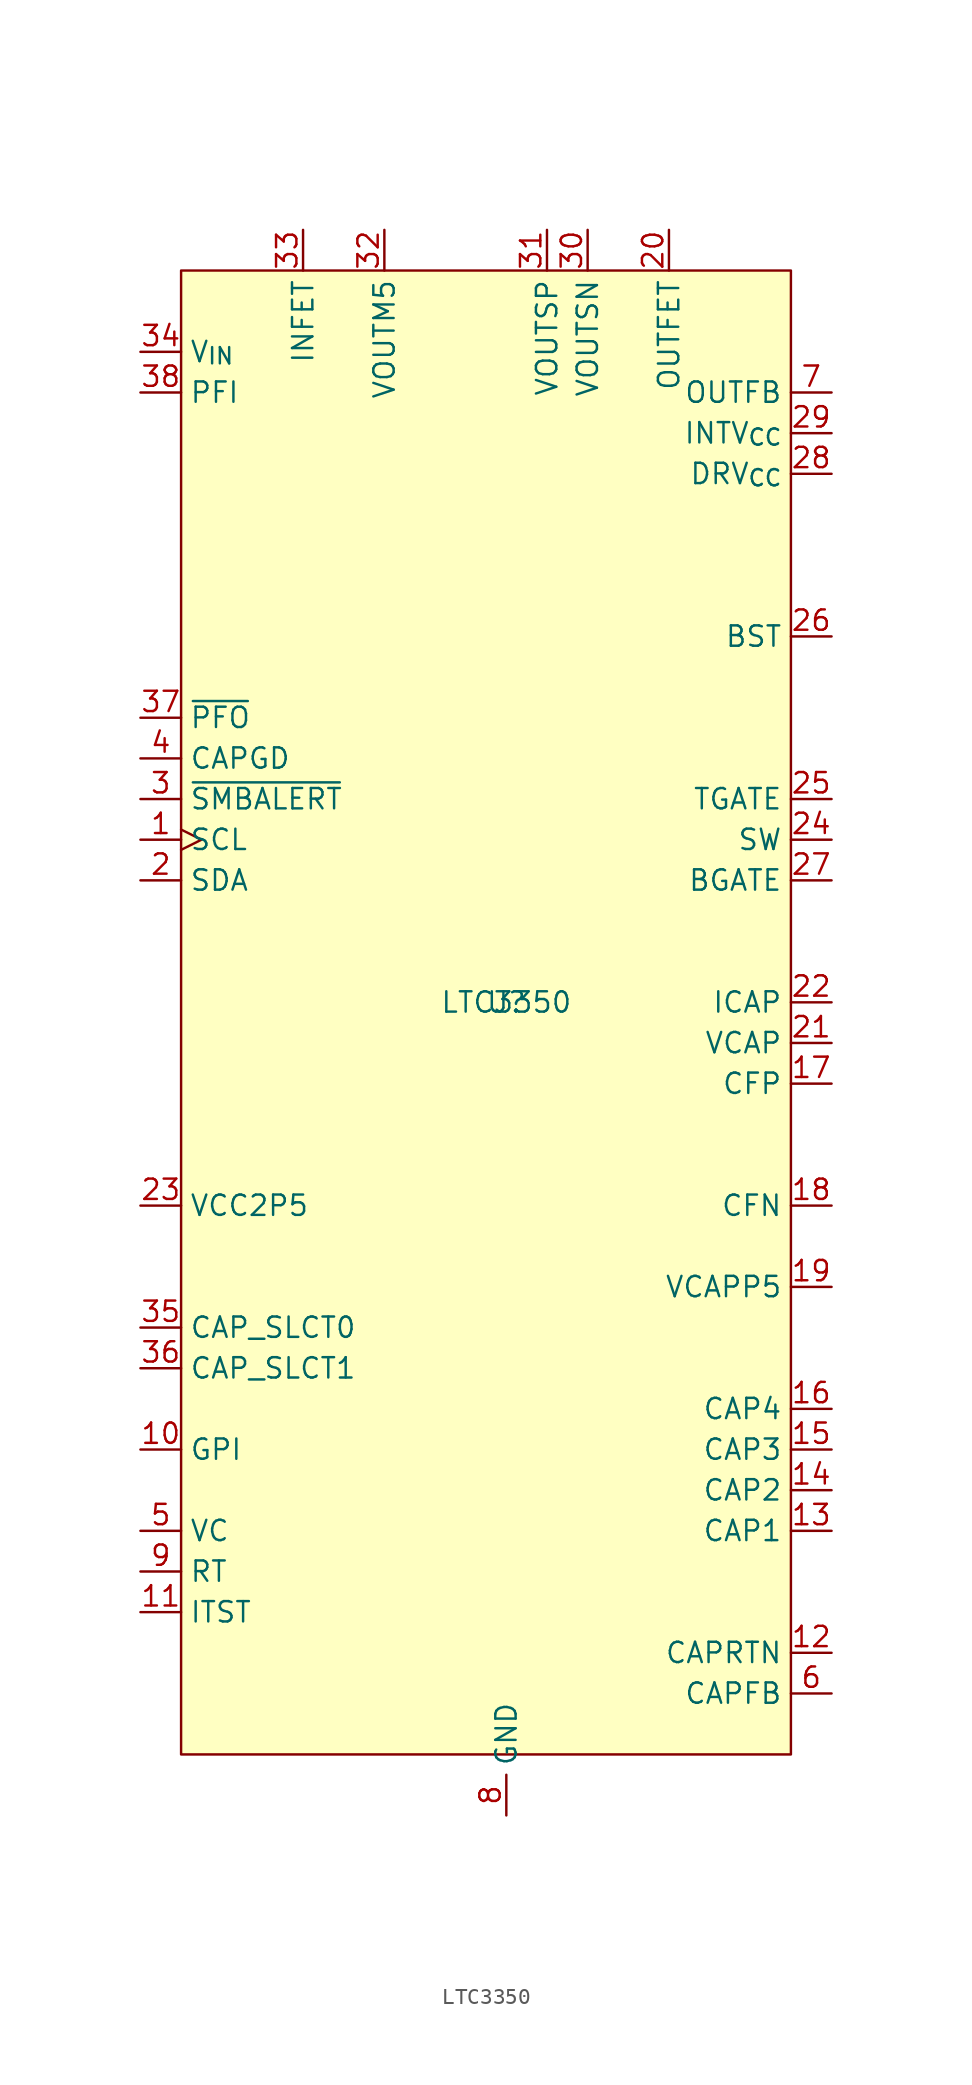
<source format=kicad_sym>
(kicad_symbol_lib
  (version 20220914)
  (generator kicad_symbol_editor)
  (symbol "LTC3350"
    (property "Reference" "U"
      (at 0 0 0)
      (effects (font (size 1.27 1.27))))
    (property "Value" "LTC3350"
      (at 0 0 0)
      (effects (font (size 1.27 1.27))))
    (symbol "LTC3350_0_0"
      (pin input clock (at -22.86 10.16 0) (length 2.54) (name "SCL" (effects (font (size 1.27 1.27)))) (number "1" (effects (font (size 1.27 1.27)))))
      (pin input line (at -22.86 -27.94 0) (length 2.54) (name "GPI" (effects (font (size 1.27 1.27)))) (number "10" (effects (font (size 1.27 1.27)))))
      (pin output line (at -22.86 -38.1 0) (length 2.54) (name "ITST" (effects (font (size 1.27 1.27)))) (number "11" (effects (font (size 1.27 1.27)))))
      (pin input line (at 20.32 -40.64 180) (length 2.54) (name "CAPRTN" (effects (font (size 1.27 1.27)))) (number "12" (effects (font (size 1.27 1.27)))))
      (pin input line (at 20.32 -33.02 180) (length 2.54) (name "CAP1" (effects (font (size 1.27 1.27)))) (number "13" (effects (font (size 1.27 1.27)))))
      (pin input line (at 20.32 -30.48 180) (length 2.54) (name "CAP2" (effects (font (size 1.27 1.27)))) (number "14" (effects (font (size 1.27 1.27)))))
      (pin input line (at 20.32 -27.94 180) (length 2.54) (name "CAP3" (effects (font (size 1.27 1.27)))) (number "15" (effects (font (size 1.27 1.27)))))
      (pin input line (at 20.32 -25.4 180) (length 2.54) (name "CAP4" (effects (font (size 1.27 1.27)))) (number "16" (effects (font (size 1.27 1.27)))))
      (pin power_out line (at 20.32 -5.08 180) (length 2.54) (name "CFP" (effects (font (size 1.27 1.27)))) (number "17" (effects (font (size 1.27 1.27)))))
      (pin power_out line (at 20.32 -12.7 180) (length 2.54) (name "CFN" (effects (font (size 1.27 1.27)))) (number "18" (effects (font (size 1.27 1.27)))))
      (pin power_out line (at 20.32 -17.78 180) (length 2.54) (name "VCAPP5" (effects (font (size 1.27 1.27)))) (number "19" (effects (font (size 1.27 1.27)))))
      (pin bidirectional line (at -22.86 7.62 0) (length 2.54) (name "SDA" (effects (font (size 1.27 1.27)))) (number "2" (effects (font (size 1.27 1.27)))))
      (pin output line (at 10.16 48.26 270) (length 2.54) (name "OUTFET" (effects (font (size 1.27 1.27)))) (number "20" (effects (font (size 1.27 1.27)))))
      (pin input line (at 20.32 -2.54 180) (length 2.54) (name "VCAP" (effects (font (size 1.27 1.27)))) (number "21" (effects (font (size 1.27 1.27)))))
      (pin input line (at 20.32 0 180) (length 2.54) (name "ICAP" (effects (font (size 1.27 1.27)))) (number "22" (effects (font (size 1.27 1.27)))))
      (pin power_out line (at -22.86 -12.7 0) (length 2.54) (name "VCC2P5" (effects (font (size 1.27 1.27)))) (number "23" (effects (font (size 1.27 1.27)))))
      (pin passive line (at 20.32 10.16 180) (length 2.54) (name "SW" (effects (font (size 1.27 1.27)))) (number "24" (effects (font (size 1.27 1.27)))))
      (pin output line (at 20.32 12.7 180) (length 2.54) (name "TGATE" (effects (font (size 1.27 1.27)))) (number "25" (effects (font (size 1.27 1.27)))))
      (pin power_out line (at 20.32 22.86 180) (length 2.54) (name "BST" (effects (font (size 1.27 1.27)))) (number "26" (effects (font (size 1.27 1.27)))))
      (pin output line (at 20.32 7.62 180) (length 2.54) (name "BGATE" (effects (font (size 1.27 1.27)))) (number "27" (effects (font (size 1.27 1.27)))))
      (pin power_in line (at 20.32 33.02 180) (length 2.54) (name "DRV_{CC}" (effects (font (size 1.27 1.27)))) (number "28" (effects (font (size 1.27 1.27)))))
      (pin power_out line (at 20.32 35.56 180) (length 2.54) (name "INTV_{CC}" (effects (font (size 1.27 1.27)))) (number "29" (effects (font (size 1.27 1.27)))))
      (pin open_collector line (at -22.86 12.7 0) (length 2.54) (name "~{SMBALERT}" (effects (font (size 1.27 1.27)))) (number "3" (effects (font (size 1.27 1.27)))))
      (pin input line (at 5.08 48.26 270) (length 2.54) (name "VOUTSN" (effects (font (size 1.27 1.27)))) (number "30" (effects (font (size 1.27 1.27)))))
      (pin input line (at 2.54 48.26 270) (length 2.54) (name "VOUTSP" (effects (font (size 1.27 1.27)))) (number "31" (effects (font (size 1.27 1.27)))))
      (pin power_out line (at -7.62 48.26 270) (length 2.54) (name "VOUTM5" (effects (font (size 1.27 1.27)))) (number "32" (effects (font (size 1.27 1.27)))))
      (pin output line (at -12.7 48.26 270) (length 2.54) (name "INFET" (effects (font (size 1.27 1.27)))) (number "33" (effects (font (size 1.27 1.27)))))
      (pin power_in line (at -22.86 40.64 0) (length 2.54) (name "V_{IN}" (effects (font (size 1.27 1.27)))) (number "34" (effects (font (size 1.27 1.27)))))
      (pin input line (at -22.86 -20.32 0) (length 2.54) (name "CAP_SLCT0" (effects (font (size 1.27 1.27)))) (number "35" (effects (font (size 1.27 1.27)))))
      (pin input line (at -22.86 -22.86 0) (length 2.54) (name "CAP_SLCT1" (effects (font (size 1.27 1.27)))) (number "36" (effects (font (size 1.27 1.27)))))
      (pin open_collector line (at -22.86 17.78 0) (length 2.54) (name "~{PFO}" (effects (font (size 1.27 1.27)))) (number "37" (effects (font (size 1.27 1.27)))))
      (pin input line (at -22.86 38.1 0) (length 2.54) (name "PFI" (effects (font (size 1.27 1.27)))) (number "38" (effects (font (size 1.27 1.27)))))
      (pin passive line (at 0 -50.8 90) (length 2.54) hide (name "GND" (effects (font (size 1.27 1.27)))) (number "39" (effects (font (size 1.27 1.27)))))
      (pin open_collector line (at -22.86 15.24 0) (length 2.54) (name "CAPGD" (effects (font (size 1.27 1.27)))) (number "4" (effects (font (size 1.27 1.27)))))
      (pin output line (at -22.86 -33.02 0) (length 2.54) (name "VC" (effects (font (size 1.27 1.27)))) (number "5" (effects (font (size 1.27 1.27)))))
      (pin input line (at 20.32 -43.18 180) (length 2.54) (name "CAPFB" (effects (font (size 1.27 1.27)))) (number "6" (effects (font (size 1.27 1.27)))))
      (pin input line (at 20.32 38.1 180) (length 2.54) (name "OUTFB" (effects (font (size 1.27 1.27)))) (number "7" (effects (font (size 1.27 1.27)))))
      (pin power_in line (at 0 -50.8 90) (length 2.54) (name "GND" (effects (font (size 1.27 1.27)))) (number "8" (effects (font (size 1.27 1.27)))))
      (pin output line (at -22.86 -35.56 0) (length 2.54) (name "RT" (effects (font (size 1.27 1.27)))) (number "9" (effects (font (size 1.27 1.27))))))
    (symbol "LTC3350_0_1"
      (rectangle (start -20.32 45.72) (end 17.78 -46.99) (stroke (width 0) (type default)) (fill (type background))))))
</source>
